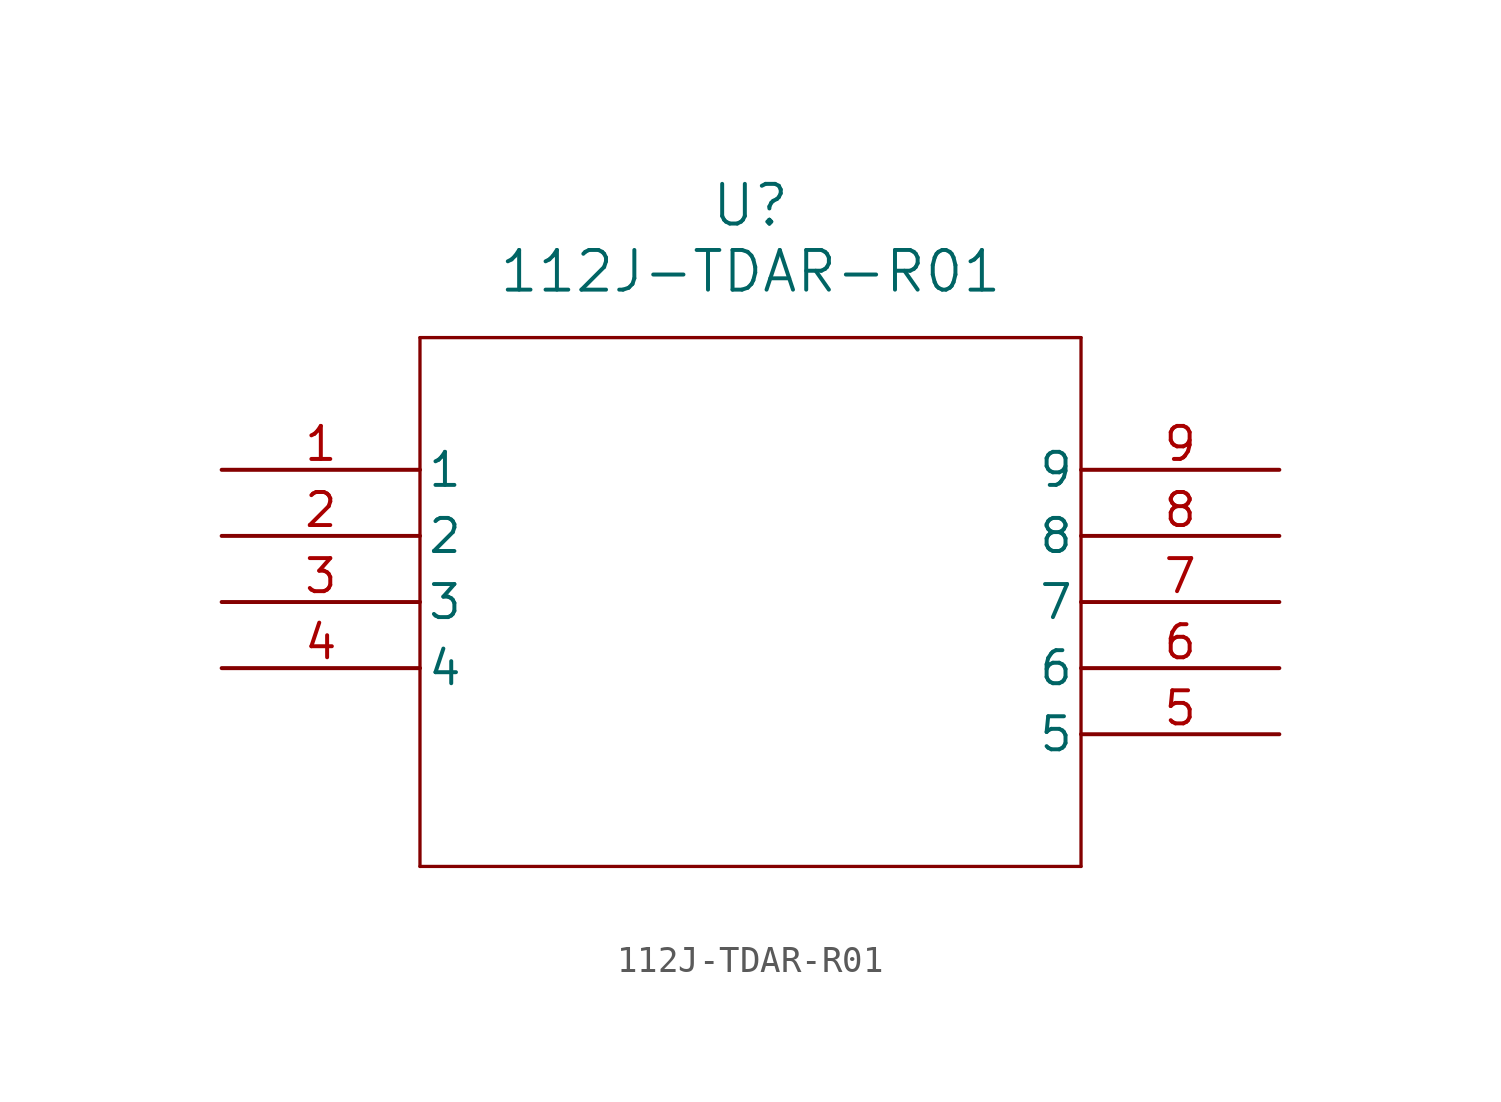
<source format=kicad_sym>
(kicad_symbol_lib
  (version 20211014)
  (generator kicad_symbol_editor)
  (symbol "112J-TDAR-R01"
    (pin_names
      (offset 0.254))
    (property "Reference" "U"
      (at 20.32 10.16 0)
      (effects (font (size 1.524 1.524))))
    (property "Value" "112J-TDAR-R01"
      (at 20.32 7.62 0)
      (effects (font (size 1.524 1.524))))
    (symbol "112J-TDAR-R01_0_1"
      (polyline (pts (xy 7.62 5.08) (xy 7.62 -15.24)) (stroke (width 0.127) (type default) (color 0 0 0 0)) (fill (type none)))
      (polyline (pts (xy 7.62 -15.24) (xy 33.02 -15.24)) (stroke (width 0.127) (type default) (color 0 0 0 0)) (fill (type none)))
      (polyline (pts (xy 33.02 -15.24) (xy 33.02 5.08)) (stroke (width 0.127) (type default) (color 0 0 0 0)) (fill (type none)))
      (polyline (pts (xy 33.02 5.08) (xy 7.62 5.08)) (stroke (width 0.127) (type default) (color 0 0 0 0)) (fill (type none)))
      (pin unspecified line (at 0 0 0) (length 7.62) (name "1" (effects (font (size 1.27 1.27)))) (number "1" (effects (font (size 1.27 1.27)))))
      (pin unspecified line (at 0 -2.54 0) (length 7.62) (name "2" (effects (font (size 1.27 1.27)))) (number "2" (effects (font (size 1.27 1.27)))))
      (pin unspecified line (at 0 -5.08 0) (length 7.62) (name "3" (effects (font (size 1.27 1.27)))) (number "3" (effects (font (size 1.27 1.27)))))
      (pin unspecified line (at 0 -7.62 0) (length 7.62) (name "4" (effects (font (size 1.27 1.27)))) (number "4" (effects (font (size 1.27 1.27)))))
      (pin unspecified line (at 40.64 -10.16 180) (length 7.62) (name "5" (effects (font (size 1.27 1.27)))) (number "5" (effects (font (size 1.27 1.27)))))
      (pin unspecified line (at 40.64 -7.62 180) (length 7.62) (name "6" (effects (font (size 1.27 1.27)))) (number "6" (effects (font (size 1.27 1.27)))))
      (pin unspecified line (at 40.64 -5.08 180) (length 7.62) (name "7" (effects (font (size 1.27 1.27)))) (number "7" (effects (font (size 1.27 1.27)))))
      (pin unspecified line (at 40.64 -2.54 180) (length 7.62) (name "8" (effects (font (size 1.27 1.27)))) (number "8" (effects (font (size 1.27 1.27)))))
      (pin unspecified line (at 40.64 0 180) (length 7.62) (name "9" (effects (font (size 1.27 1.27)))) (number "9" (effects (font (size 1.27 1.27))))))))
</source>
